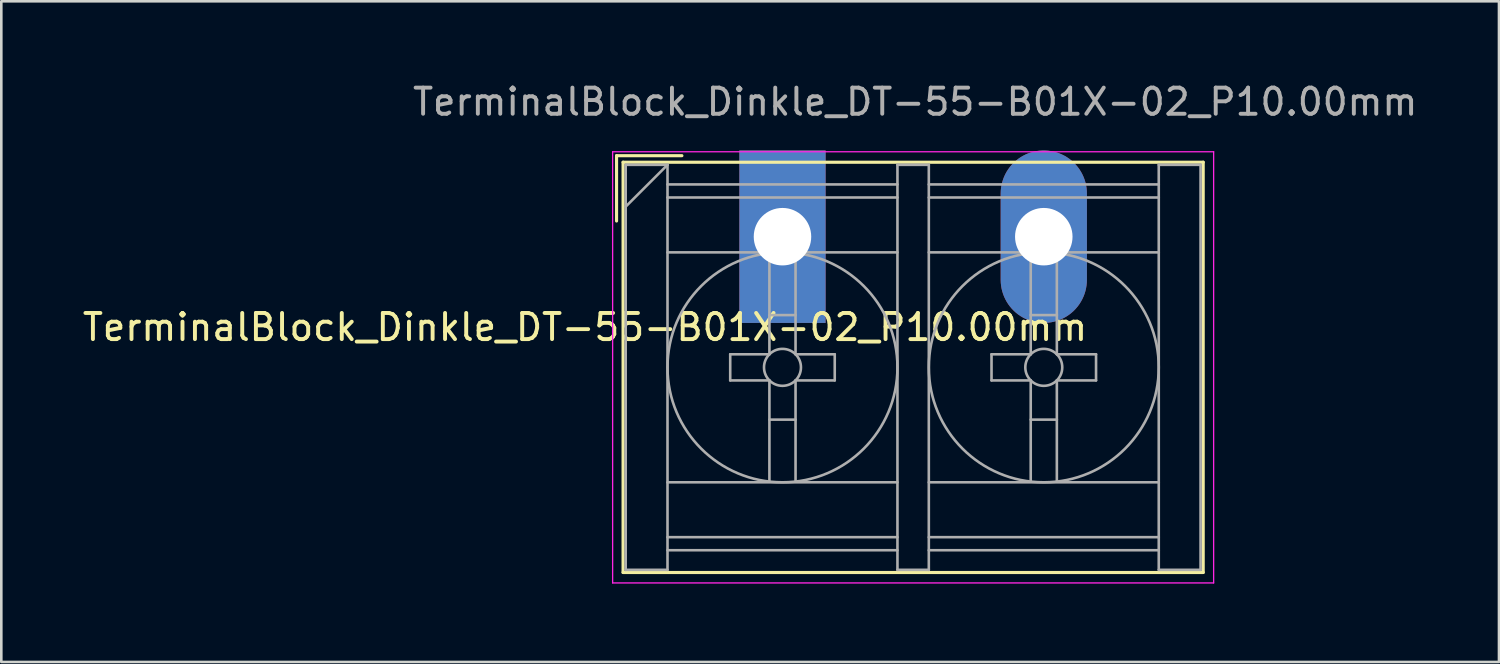
<source format=kicad_pcb>
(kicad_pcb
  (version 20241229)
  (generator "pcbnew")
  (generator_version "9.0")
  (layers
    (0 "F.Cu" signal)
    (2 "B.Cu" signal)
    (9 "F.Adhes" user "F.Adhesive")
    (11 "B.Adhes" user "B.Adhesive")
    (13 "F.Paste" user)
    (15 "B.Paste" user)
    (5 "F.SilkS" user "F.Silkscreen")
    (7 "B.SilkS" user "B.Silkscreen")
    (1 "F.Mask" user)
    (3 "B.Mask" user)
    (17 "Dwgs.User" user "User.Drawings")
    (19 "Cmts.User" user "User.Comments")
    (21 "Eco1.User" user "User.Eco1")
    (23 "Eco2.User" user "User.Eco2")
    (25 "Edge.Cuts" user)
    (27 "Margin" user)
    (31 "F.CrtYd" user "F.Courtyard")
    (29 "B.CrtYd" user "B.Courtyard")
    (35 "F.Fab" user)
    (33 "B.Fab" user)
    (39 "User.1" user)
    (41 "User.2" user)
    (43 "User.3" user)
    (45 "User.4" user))
  (footprint "TerminalBlock_Dinkle_DT-55-B01X-02_P10.00mm"
    (layer "F.Cu")
    (at 26.895 11.008)
    (property "Reference" "TerminalBlock_Dinkle_DT-55-B01X-02_P10.00mm" (at -7.556 -1.536 180) (layer "F.SilkS") (effects (font (size 1 1) (thickness 0.15))))
    (attr through_hole)
    (fp_line (start -6.35 -8.1) (end -3.85 -8.1) (stroke (width 0.12) (type solid)) (layer "F.SilkS"))
    (fp_line (start -6.35 -5.6) (end -6.35 -8.1) (stroke (width 0.12) (type solid)) (layer "F.SilkS"))
    (fp_line (start -6.1 -7.85) (end 16.1 -7.85) (stroke (width 0.12) (type solid)) (layer "F.SilkS"))
    (fp_line (start -6.1 7.85) (end -6.1 -7.85) (stroke (width 0.12) (type solid)) (layer "F.SilkS"))
    (fp_line (start -6.1 7.85) (end 16.1 7.85) (stroke (width 0.12) (type solid)) (layer "F.SilkS"))
    (fp_line (start 16.1 -7.85) (end 16.1 7.85) (stroke (width 0.12) (type solid)) (layer "F.SilkS"))
    (fp_line (start -6.5 -8.25) (end 16.5 -8.25) (stroke (width 0.05) (type solid)) (layer "F.CrtYd"))
    (fp_line (start -6.5 8.25) (end -6.5 -8.25) (stroke (width 0.05) (type solid)) (layer "F.CrtYd"))
    (fp_line (start -6.5 8.25) (end 16.5 8.25) (stroke (width 0.05) (type solid)) (layer "F.CrtYd"))
    (fp_line (start 16.5 -8.25) (end 16.5 8.25) (stroke (width 0.05) (type solid)) (layer "F.CrtYd"))
    (fp_line (start -6 -7.75) (end -6 7.75) (stroke (width 0.1) (type solid)) (layer "F.Fab"))
    (fp_line (start -6 -7.75) (end -4.4 -7.75) (stroke (width 0.1) (type solid)) (layer "F.Fab"))
    (fp_line (start -6 7.75) (end -4.4 7.75) (stroke (width 0.1) (type solid)) (layer "F.Fab"))
    (fp_line (start -4.4 -7.75) (end -6 -6.15) (stroke (width 0.1) (type solid)) (layer "F.Fab"))
    (fp_line (start -4.4 -7.75) (end -4.4 7.75) (stroke (width 0.1) (type solid)) (layer "F.Fab"))
    (fp_line (start -4.4 -7) (end 4.4 -7) (stroke (width 0.1) (type solid)) (layer "F.Fab"))
    (fp_line (start -4.4 -6.5) (end 4.4 -6.5) (stroke (width 0.1) (type solid)) (layer "F.Fab"))
    (fp_line (start -4.4 -4.4) (end 4.4 -4.4) (stroke (width 0.1) (type solid)) (layer "F.Fab"))
    (fp_line (start -4.4 4.4) (end 4.4 4.4) (stroke (width 0.1) (type solid)) (layer "F.Fab"))
    (fp_line (start -4.4 6.5) (end 4.4 6.5) (stroke (width 0.1) (type solid)) (layer "F.Fab"))
    (fp_line (start -4.4 7) (end 4.4 7) (stroke (width 0.1) (type solid)) (layer "F.Fab"))
    (fp_line (start -2 -0.5) (end -2 0.5) (stroke (width 0.1) (type solid)) (layer "F.Fab"))
    (fp_line (start -2 0.5) (end -0.5 0.5) (stroke (width 0.1) (type solid)) (layer "F.Fab"))
    (fp_line (start -0.5 -4.35) (end -0.5 -0.5) (stroke (width 0.1) (type solid)) (layer "F.Fab"))
    (fp_line (start -0.5 -2) (end 0.5 -2) (stroke (width 0.1) (type solid)) (layer "F.Fab"))
    (fp_line (start -0.5 -0.5) (end -2 -0.5) (stroke (width 0.1) (type solid)) (layer "F.Fab"))
    (fp_line (start -0.5 0.5) (end -0.5 4.35) (stroke (width 0.1) (type solid)) (layer "F.Fab"))
    (fp_line (start -0.5 2) (end 0.5 2) (stroke (width 0.1) (type solid)) (layer "F.Fab"))
    (fp_line (start 0.5 -4.35) (end 0.5 -0.5) (stroke (width 0.1) (type solid)) (layer "F.Fab"))
    (fp_line (start 0.5 -0.5) (end 2 -0.5) (stroke (width 0.1) (type solid)) (layer "F.Fab"))
    (fp_line (start 0.5 0.5) (end 0.5 4.35) (stroke (width 0.1) (type solid)) (layer "F.Fab"))
    (fp_line (start 2 -0.5) (end 2 0.5) (stroke (width 0.1) (type solid)) (layer "F.Fab"))
    (fp_line (start 2 0.5) (end 0.5 0.5) (stroke (width 0.1) (type solid)) (layer "F.Fab"))
    (fp_line (start 4.4 -7.75) (end 4.4 7.75) (stroke (width 0.1) (type solid)) (layer "F.Fab"))
    (fp_line (start 4.4 -7.75) (end 5.6 -7.75) (stroke (width 0.1) (type solid)) (layer "F.Fab"))
    (fp_line (start 4.4 7.75) (end 5.6 7.75) (stroke (width 0.1) (type solid)) (layer "F.Fab"))
    (fp_line (start 5.6 -7.75) (end 5.6 7.75) (stroke (width 0.1) (type solid)) (layer "F.Fab"))
    (fp_line (start 5.6 -7) (end 14.4 -7) (stroke (width 0.1) (type solid)) (layer "F.Fab"))
    (fp_line (start 5.6 -6.5) (end 14.4 -6.5) (stroke (width 0.1) (type solid)) (layer "F.Fab"))
    (fp_line (start 5.6 -4.4) (end 14.4 -4.4) (stroke (width 0.1) (type solid)) (layer "F.Fab"))
    (fp_line (start 5.6 4.4) (end 14.4 4.4) (stroke (width 0.1) (type solid)) (layer "F.Fab"))
    (fp_line (start 5.6 6.5) (end 14.4 6.5) (stroke (width 0.1) (type solid)) (layer "F.Fab"))
    (fp_line (start 5.6 7) (end 14.4 7) (stroke (width 0.1) (type solid)) (layer "F.Fab"))
    (fp_line (start 8 -0.5) (end 8 0.5) (stroke (width 0.1) (type solid)) (layer "F.Fab"))
    (fp_line (start 8 0.5) (end 9.5 0.5) (stroke (width 0.1) (type solid)) (layer "F.Fab"))
    (fp_line (start 9.5 -4.35) (end 9.5 -0.5) (stroke (width 0.1) (type solid)) (layer "F.Fab"))
    (fp_line (start 9.5 -2) (end 10.5 -2) (stroke (width 0.1) (type solid)) (layer "F.Fab"))
    (fp_line (start 9.5 -0.5) (end 8 -0.5) (stroke (width 0.1) (type solid)) (layer "F.Fab"))
    (fp_line (start 9.5 0.5) (end 9.5 4.35) (stroke (width 0.1) (type solid)) (layer "F.Fab"))
    (fp_line (start 9.5 2) (end 10.5 2) (stroke (width 0.1) (type solid)) (layer "F.Fab"))
    (fp_line (start 10.5 -4.35) (end 10.5 -0.5) (stroke (width 0.1) (type solid)) (layer "F.Fab"))
    (fp_line (start 10.5 -0.5) (end 12 -0.5) (stroke (width 0.1) (type solid)) (layer "F.Fab"))
    (fp_line (start 10.5 0.5) (end 10.5 4.35) (stroke (width 0.1) (type solid)) (layer "F.Fab"))
    (fp_line (start 12 -0.5) (end 12 0.5) (stroke (width 0.1) (type solid)) (layer "F.Fab"))
    (fp_line (start 12 0.5) (end 10.5 0.5) (stroke (width 0.1) (type solid)) (layer "F.Fab"))
    (fp_line (start 14.4 -7.75) (end 14.4 7.75) (stroke (width 0.1) (type solid)) (layer "F.Fab"))
    (fp_line (start 14.4 -7.75) (end 16 -7.75) (stroke (width 0.1) (type solid)) (layer "F.Fab"))
    (fp_line (start 14.4 7.75) (end 16 7.75) (stroke (width 0.1) (type solid)) (layer "F.Fab"))
    (fp_line (start 16 -7.75) (end 16 7.75) (stroke (width 0.1) (type solid)) (layer "F.Fab"))
    (fp_circle (center 0 0) (end 0.5 0.5) (stroke (width 0.1) (type solid)) (fill no) (layer "F.Fab"))
    (fp_circle (center 0 0) (end 4.4 0) (stroke (width 0.1) (type solid)) (fill no) (layer "F.Fab"))
    (fp_circle (center 10 0) (end 10.5 0.5) (stroke (width 0.1) (type solid)) (fill no) (layer "F.Fab"))
    (fp_circle (center 10 0) (end 14.4 0) (stroke (width 0.1) (type solid)) (fill no) (layer "F.Fab"))
    (fp_text user "${REFERENCE}" (at 5.08 -10.16 180) (layer "F.Fab") (effects (font (size 1 1) (thickness 0.15))))
    (pad "1" thru_hole rect (at 0 -5) (size 3.3 6.6) (drill 2.2) (layers "*.Cu" "*.Mask"))
    (pad "2" thru_hole oval (at 10 -5) (size 3.3 6.6) (drill 2.2) (layers "*.Cu" "*.Mask")))
  (gr_rect
    (start -3 -3)
    (end 54.315 22.283)
    (stroke (width 0.1) (type default))
    (fill no)
    (layer "Edge.Cuts")))
</source>
